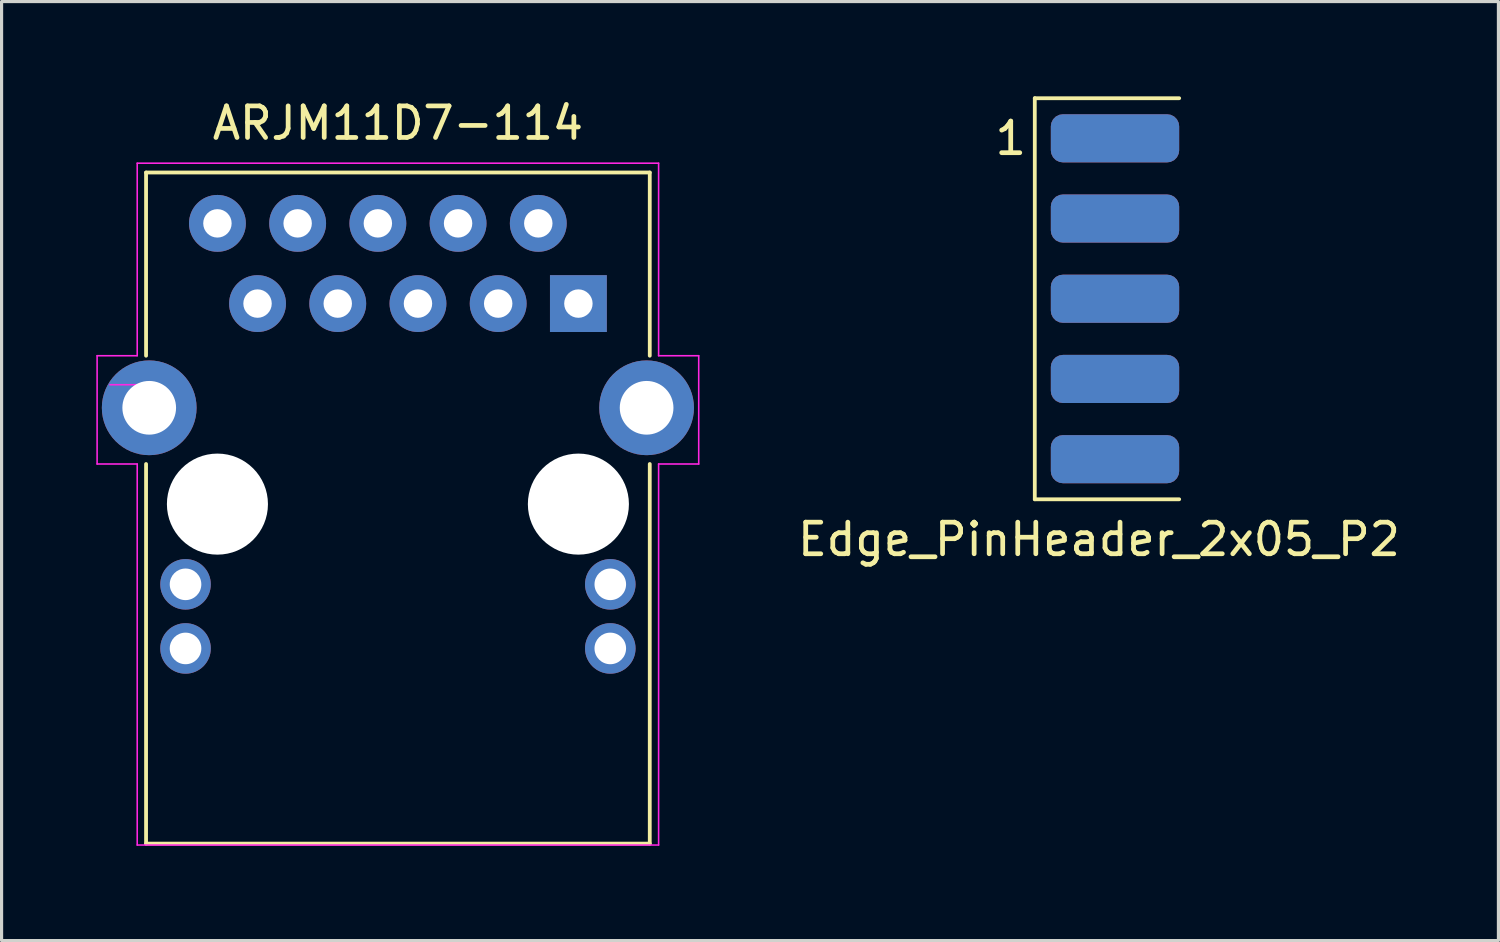
<source format=kicad_pcb>
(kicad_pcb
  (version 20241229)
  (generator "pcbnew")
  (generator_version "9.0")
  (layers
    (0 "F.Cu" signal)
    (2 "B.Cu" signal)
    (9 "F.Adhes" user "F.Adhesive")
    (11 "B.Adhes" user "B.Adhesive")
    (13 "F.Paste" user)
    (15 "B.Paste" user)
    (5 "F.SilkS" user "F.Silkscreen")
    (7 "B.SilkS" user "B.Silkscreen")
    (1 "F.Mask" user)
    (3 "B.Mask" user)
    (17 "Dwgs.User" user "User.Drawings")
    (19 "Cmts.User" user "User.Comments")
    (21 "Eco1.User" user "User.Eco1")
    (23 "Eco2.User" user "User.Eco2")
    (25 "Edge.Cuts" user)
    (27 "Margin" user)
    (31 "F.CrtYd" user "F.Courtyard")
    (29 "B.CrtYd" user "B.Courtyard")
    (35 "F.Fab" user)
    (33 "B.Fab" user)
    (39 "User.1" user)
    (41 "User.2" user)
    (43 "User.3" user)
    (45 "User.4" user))
  (footprint "Edge_PinHeader_2x05_P2"
    (layer "F.Cu")
    (at 32.257 6.41)
    (property "Reference" "Edge_PinHeader_2x05_P2" (at -0.508 7.62 0) (layer "F.SilkS") (effects (font (size 1 1) (thickness 0.15))))
    (attr smd)
    (fp_line (start -2.54 -6.35) (end -2.54 6.35) (stroke (width 0.12) (type solid)) (layer "F.SilkS"))
    (fp_line (start -2.54 6.35) (end 2.032 6.35) (stroke (width 0.12) (type solid)) (layer "F.SilkS"))
    (fp_line (start 2.032 -6.35) (end -2.54 -6.35) (stroke (width 0.12) (type solid)) (layer "F.SilkS"))
    (fp_text user "2" (at -3.302 -5.08 0) (layer "B.Mask") (effects (font (size 1 1) (thickness 0.15))))
    (fp_text user "1" (at -3.302 -5.08 0) (layer "F.SilkS") (effects (font (size 1 1) (thickness 0.15))))
    (pad "1" connect roundrect (at 0 -5.08) (size 4.064 1.524) (layers "F.Cu" "F.Mask") (roundrect_rratio 0.25))
    (pad "2" connect roundrect (at 0 -5.08) (size 4.064 1.524) (layers "B.Cu" "B.Mask") (roundrect_rratio 0.25))
    (pad "3" connect roundrect (at 0 -2.54) (size 4.064 1.524) (layers "F.Cu" "F.Mask") (roundrect_rratio 0.25))
    (pad "4" connect roundrect (at 0 -2.54) (size 4.064 1.524) (layers "B.Cu" "B.Mask") (roundrect_rratio 0.25))
    (pad "5" connect roundrect (at 0 0) (size 4.064 1.524) (layers "F.Cu" "F.Mask") (roundrect_rratio 0.25))
    (pad "6" connect roundrect (at 0 0) (size 4.064 1.524) (layers "B.Cu" "B.Mask") (roundrect_rratio 0.25))
    (pad "7" connect roundrect (at 0 2.54) (size 4.064 1.524) (layers "F.Cu" "F.Mask") (roundrect_rratio 0.25))
    (pad "8" connect roundrect (at 0 2.54) (size 4.064 1.524) (layers "B.Cu" "B.Mask") (roundrect_rratio 0.25))
    (pad "9" connect roundrect (at 0 5.08) (size 4.064 1.524) (layers "F.Cu" "F.Mask") (roundrect_rratio 0.25))
    (pad "10" connect roundrect (at 0 5.08) (size 4.064 1.524) (layers "B.Cu" "B.Mask") (roundrect_rratio 0.25)))
  (footprint "ARJM11D7-114"
    (layer "F.Cu")
    (at 9.55 12.913)
    (property "Reference" "ARJM11D7-114" (at 0 -12.065 0) (layer "F.SilkS") (effects (font (size 1 1) (thickness 0.15))))
    (attr through_hole)
    (fp_line (start -7.975 -10.5) (end -7.975 -4.699) (stroke (width 0.12) (type solid)) (layer "F.SilkS"))
    (fp_line (start -7.975 -10.5) (end 7.975 -10.5) (stroke (width 0.12) (type solid)) (layer "F.SilkS"))
    (fp_line (start -7.975 -1.27) (end -7.975 10.75) (stroke (width 0.12) (type solid)) (layer "F.SilkS"))
    (fp_line (start -7.975 10.75) (end 7.975 10.75) (stroke (width 0.12) (type solid)) (layer "F.SilkS"))
    (fp_line (start 7.975 -10.5) (end 7.975 -4.699) (stroke (width 0.12) (type solid)) (layer "F.SilkS"))
    (fp_line (start 7.975 -1.27) (end 7.975 10.75) (stroke (width 0.12) (type solid)) (layer "F.SilkS"))
    (fp_line (start -9.525 -4.699) (end -9.525 -1.27) (stroke (width 0.05) (type solid)) (layer "F.CrtYd"))
    (fp_line (start -9.525 -1.27) (end -8.255 -1.27) (stroke (width 0.05) (type solid)) (layer "F.CrtYd"))
    (fp_line (start -8.255 -10.795) (end -8.255 -4.699) (stroke (width 0.05) (type solid)) (layer "F.CrtYd"))
    (fp_line (start -8.255 -10.795) (end 8.255 -10.795) (stroke (width 0.05) (type solid)) (layer "F.CrtYd"))
    (fp_line (start -8.255 -4.699) (end -9.525 -4.699) (stroke (width 0.05) (type solid)) (layer "F.CrtYd"))
    (fp_line (start -8.255 -1.27) (end -8.255 10.795) (stroke (width 0.05) (type solid)) (layer "F.CrtYd"))
    (fp_line (start -8.255 10.795) (end 8.255 10.795) (stroke (width 0.05) (type solid)) (layer "F.CrtYd"))
    (fp_line (start -8 -3.78) (end -9.12 -3.78) (stroke (width 0.05) (type solid)) (layer "F.CrtYd"))
    (fp_line (start 8.255 -10.795) (end 8.255 -4.699) (stroke (width 0.05) (type solid)) (layer "F.CrtYd"))
    (fp_line (start 8.255 -1.27) (end 8.255 10.795) (stroke (width 0.05) (type solid)) (layer "F.CrtYd"))
    (fp_line (start 8.255 -1.27) (end 9.525 -1.27) (stroke (width 0.05) (type solid)) (layer "F.CrtYd"))
    (fp_line (start 9.525 -4.699) (end 8.255 -4.699) (stroke (width 0.05) (type solid)) (layer "F.CrtYd"))
    (fp_line (start 9.525 -4.699) (end 9.525 -1.27) (stroke (width 0.05) (type solid)) (layer "F.CrtYd"))
    (pad "" np_thru_hole circle (at -5.715 0) (size 3.2 3.2) (drill 3.2) (layers "*.Cu" "*.Mask"))
    (pad "" np_thru_hole circle (at 5.715 0) (size 3.2 3.2) (drill 3.2) (layers "*.Cu" "*.Mask"))
    (pad "1" thru_hole rect (at 5.715 -6.35) (size 1.8 1.8) (drill 0.9) (layers "*.Cu" "*.Mask"))
    (pad "2" thru_hole circle (at 4.445 -8.89) (size 1.8 1.8) (drill 0.9) (layers "*.Cu" "*.Mask"))
    (pad "3" thru_hole circle (at 3.175 -6.35) (size 1.8 1.8) (drill 0.9) (layers "*.Cu" "*.Mask"))
    (pad "4" thru_hole circle (at 1.905 -8.89) (size 1.8 1.8) (drill 0.9) (layers "*.Cu" "*.Mask"))
    (pad "5" thru_hole circle (at 0.635 -6.35) (size 1.8 1.8) (drill 0.9) (layers "*.Cu" "*.Mask"))
    (pad "6" thru_hole circle (at -0.635 -8.89) (size 1.8 1.8) (drill 0.9) (layers "*.Cu" "*.Mask"))
    (pad "7" thru_hole circle (at -1.905 -6.35) (size 1.8 1.8) (drill 0.9) (layers "*.Cu" "*.Mask"))
    (pad "8" thru_hole circle (at -3.175 -8.89) (size 1.8 1.8) (drill 0.9) (layers "*.Cu" "*.Mask"))
    (pad "9" thru_hole circle (at -4.445 -6.35) (size 1.8 1.8) (drill 0.9) (layers "*.Cu" "*.Mask"))
    (pad "10" thru_hole circle (at -5.715 -8.89) (size 1.8 1.8) (drill 0.9) (layers "*.Cu" "*.Mask"))
    (pad "11" thru_hole circle (at 6.725 2.54) (size 1.6 1.6) (drill 1) (layers "*.Cu" "*.Mask"))
    (pad "12" thru_hole circle (at 6.725 4.57) (size 1.6 1.6) (drill 1) (layers "*.Cu" "*.Mask"))
    (pad "13" thru_hole circle (at -6.725 2.54) (size 1.6 1.6) (drill 1) (layers "*.Cu" "*.Mask"))
    (pad "14" thru_hole circle (at -6.725 4.57) (size 1.6 1.6) (drill 1) (layers "*.Cu" "*.Mask"))
    (pad "15" thru_hole circle (at -7.875 -3.05) (size 3 3) (drill 1.7) (layers "*.Cu" "*.Mask"))
    (pad "15" thru_hole circle (at 7.875 -3.05) (size 3 3) (drill 1.7) (layers "*.Cu" "*.Mask")))
  (gr_rect
    (start -3 -3)
    (end 44.398 26.733)
    (stroke (width 0.1) (type default))
    (fill no)
    (layer "Edge.Cuts")))
</source>
